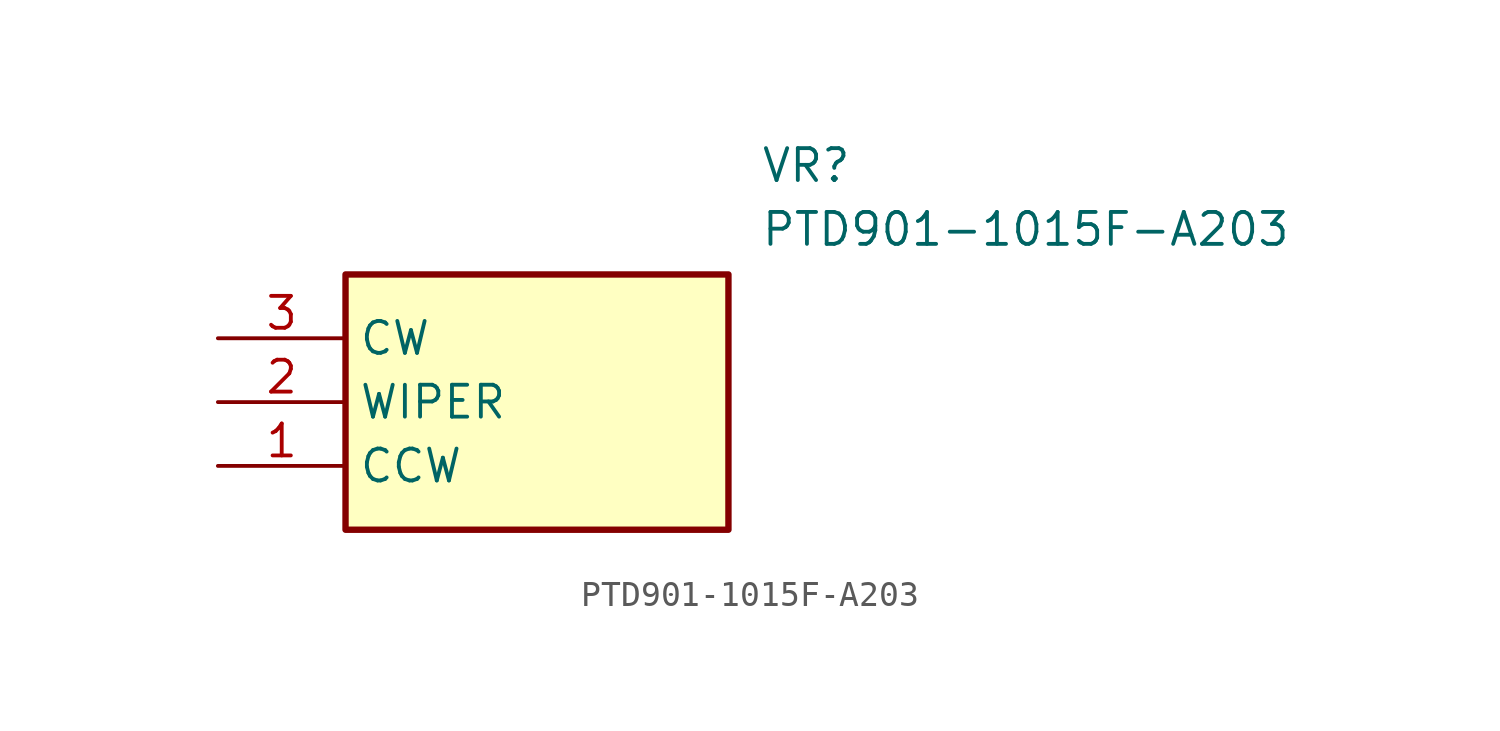
<source format=kicad_sym>
(kicad_symbol_lib
  (version 20211014)
  (generator SamacSys_ECAD_Model)
  (symbol "PTD901-1015F-A203"
    (property "Reference" "VR"
      (at 21.59 7.62 0)
      (effects (font (size 1.27 1.27)) (justify left top)))
    (property "Value" "PTD901-1015F-A203"
      (at 21.59 5.08 0)
      (effects (font (size 1.27 1.27)) (justify left top)))
    (rectangle
      (start 5.08 2.54)
      (end 20.32 -7.62)
      (stroke (width 0.254) (type default))
      (fill (type background)))
    (pin passive line
      (at 0 -5.08 0)
      (length 5.08)
      (name "CCW" (effects (font (size 1.27 1.27))))
      (number "1" (effects (font (size 1.27 1.27)))))
    (pin passive line
      (at 0 -2.54 0)
      (length 5.08)
      (name "WIPER" (effects (font (size 1.27 1.27))))
      (number "2" (effects (font (size 1.27 1.27)))))
    (pin passive line
      (at 0 0 0)
      (length 5.08)
      (name "CW" (effects (font (size 1.27 1.27))))
      (number "3" (effects (font (size 1.27 1.27)))))))
</source>
